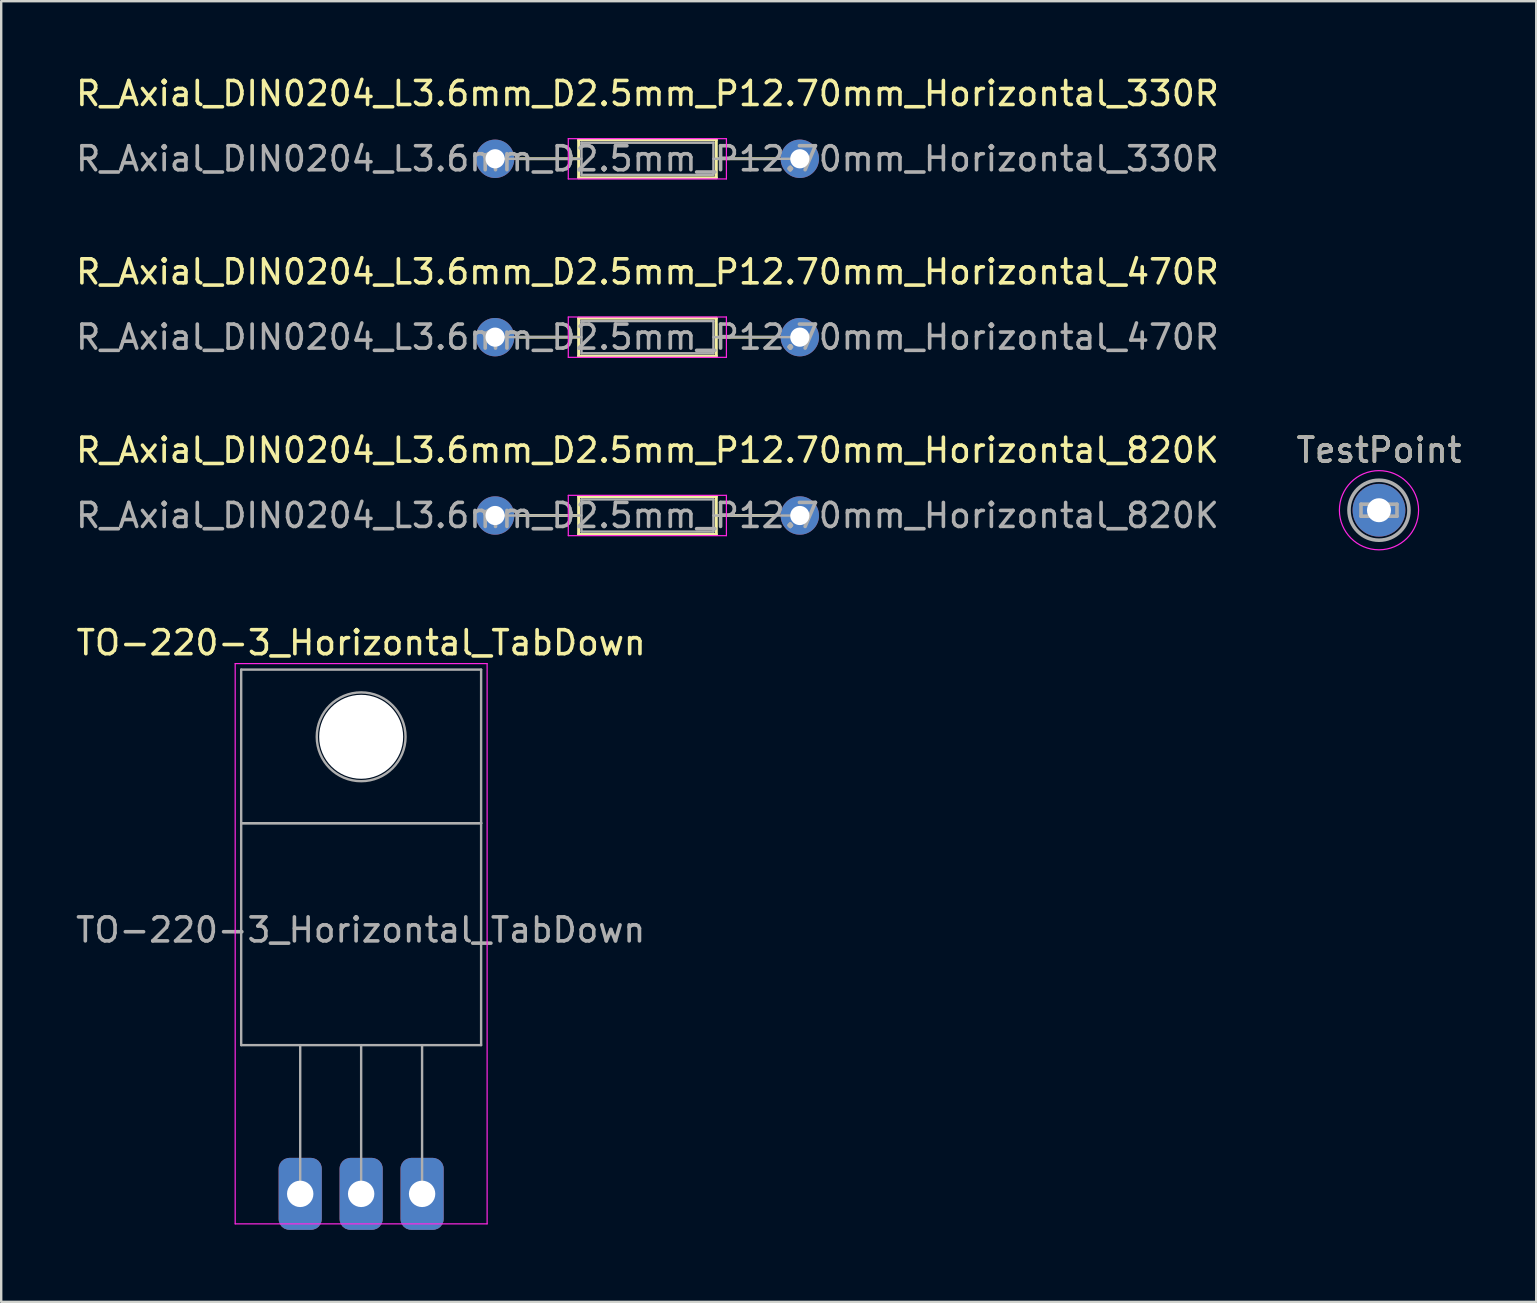
<source format=kicad_pcb>
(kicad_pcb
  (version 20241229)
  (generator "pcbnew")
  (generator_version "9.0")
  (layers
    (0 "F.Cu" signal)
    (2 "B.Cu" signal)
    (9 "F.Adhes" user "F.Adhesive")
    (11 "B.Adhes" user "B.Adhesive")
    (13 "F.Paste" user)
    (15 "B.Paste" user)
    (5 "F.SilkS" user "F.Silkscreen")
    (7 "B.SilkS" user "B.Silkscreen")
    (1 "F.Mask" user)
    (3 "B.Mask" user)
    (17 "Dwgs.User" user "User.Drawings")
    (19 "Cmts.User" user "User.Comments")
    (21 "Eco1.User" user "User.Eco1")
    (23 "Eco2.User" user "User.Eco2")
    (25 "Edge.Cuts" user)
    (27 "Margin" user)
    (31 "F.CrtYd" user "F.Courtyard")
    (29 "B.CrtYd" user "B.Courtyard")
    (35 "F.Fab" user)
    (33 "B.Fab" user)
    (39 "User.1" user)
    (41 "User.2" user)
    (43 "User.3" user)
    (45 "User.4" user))
  (footprint "TO-220-3_Horizontal_TabDown"
    (layer "F.Cu")
    (at 9.462 46.708)
    (property "Reference" "TO-220-3_Horizontal_TabDown" (at 2.54 -22.97 0) (layer "F.SilkS") (effects (font (size 1 1) (thickness 0.15))))
    (attr through_hole)
    (fp_line (start -2.71 -22.1) (end -2.71 1.25) (stroke (width 0.05) (type solid)) (layer "F.CrtYd"))
    (fp_line (start -2.71 1.25) (end 7.79 1.25) (stroke (width 0.05) (type solid)) (layer "F.CrtYd"))
    (fp_line (start 7.79 -22.1) (end -2.71 -22.1) (stroke (width 0.05) (type solid)) (layer "F.CrtYd"))
    (fp_line (start 7.79 1.25) (end 7.79 -22.1) (stroke (width 0.05) (type solid)) (layer "F.CrtYd"))
    (fp_line (start -2.46 -21.85) (end 7.54 -21.85) (stroke (width 0.1) (type solid)) (layer "F.Fab"))
    (fp_line (start -2.46 -15.45) (end -2.46 -21.85) (stroke (width 0.1) (type solid)) (layer "F.Fab"))
    (fp_line (start -2.46 -15.45) (end 7.54 -15.45) (stroke (width 0.1) (type solid)) (layer "F.Fab"))
    (fp_line (start -2.46 -6.2) (end -2.46 -15.45) (stroke (width 0.1) (type solid)) (layer "F.Fab"))
    (fp_line (start 0 -6.2) (end 0 0) (stroke (width 0.1) (type solid)) (layer "F.Fab"))
    (fp_line (start 2.54 -6.2) (end 2.54 0) (stroke (width 0.1) (type solid)) (layer "F.Fab"))
    (fp_line (start 5.08 -6.2) (end 5.08 0) (stroke (width 0.1) (type solid)) (layer "F.Fab"))
    (fp_line (start 7.54 -21.85) (end 7.54 -15.45) (stroke (width 0.1) (type solid)) (layer "F.Fab"))
    (fp_line (start 7.54 -15.45) (end -2.46 -15.45) (stroke (width 0.1) (type solid)) (layer "F.Fab"))
    (fp_line (start 7.54 -15.45) (end 7.54 -6.2) (stroke (width 0.1) (type solid)) (layer "F.Fab"))
    (fp_line (start 7.54 -6.2) (end -2.46 -6.2) (stroke (width 0.1) (type solid)) (layer "F.Fab"))
    (fp_circle (center 2.54 -19.05) (end 4.39 -19.05) (stroke (width 0.1) (type solid)) (fill no) (layer "F.Fab"))
    (fp_text user "${REFERENCE}" (at 2.52 -11 0) (layer "F.Fab") (effects (font (size 1 1) (thickness 0.15))))
    (pad "" np_thru_hole oval (at 2.54 -19.05) (size 3.5 3.5) (drill 3.5) (layers "*.Cu" "*.Mask"))
    (pad "1" thru_hole roundrect (at 0 0) (size 1.8 3) (drill 1.1) (layers "*.Cu" "*.Mask") (roundrect_rratio 0.25))
    (pad "2" thru_hole roundrect (at 2.54 0) (size 1.8 3) (drill 1.1) (layers "*.Cu" "*.Mask") (roundrect_rratio 0.25))
    (pad "3" thru_hole roundrect (at 5.08 0) (size 1.8 3) (drill 1.1) (layers "*.Cu" "*.Mask") (roundrect_rratio 0.25)))
  (footprint "TestPoint"
    (layer "F.Cu")
    (at 54.423 18.215)
    (property "Reference" "TestPoint" (at 0 -2.5 0) (layer "F.SilkS") (effects (font (size 1 1) (thickness 0.15))))
    (attr through_hole)
    (fp_circle (center 0 0) (end 1.65 0) (stroke (width 0.05) (type solid)) (fill no) (layer "F.CrtYd"))
    (fp_line (start -0.75 -0.25) (end 0.75 -0.25) (stroke (width 0.15) (type solid)) (layer "F.Fab"))
    (fp_line (start -0.75 0.25) (end -0.75 -0.25) (stroke (width 0.15) (type solid)) (layer "F.Fab"))
    (fp_line (start 0.75 -0.25) (end 0.75 0.25) (stroke (width 0.15) (type solid)) (layer "F.Fab"))
    (fp_line (start 0.75 0.25) (end -0.75 0.25) (stroke (width 0.15) (type solid)) (layer "F.Fab"))
    (fp_circle (center 0 0) (end 1.25 0) (stroke (width 0.15) (type solid)) (fill no) (layer "F.Fab"))
    (fp_text user "${REFERENCE}" (at 0 -2.5 0) (layer "F.Fab") (effects (font (size 1 1) (thickness 0.15))))
    (pad "1" thru_hole circle (at 0 0) (size 2.2 2.2) (drill 1) (layers "*.Cu" "*.Mask")))
  (footprint "R_Axial_DIN0204_L3.6mm_D2.5mm_P12.70mm_Horizontal_470R"
    (layer "F.Cu")
    (at 17.585 11.002)
    (property "Reference" "R_Axial_DIN0204_L3.6mm_D2.5mm_P12.70mm_Horizontal_470R" (at 6.35 -2.72 0) (layer "F.SilkS") (effects (font (size 1 1) (thickness 0.15))))
    (attr through_hole)
    (fp_line (start 1.04 0) (end 3.48 0) (stroke (width 0.12) (type solid)) (layer "F.SilkS"))
    (fp_line (start 3.48 -0.79) (end 3.48 0.79) (stroke (width 0.12) (type solid)) (layer "F.SilkS"))
    (fp_line (start 3.48 0.79) (end 9.22 0.79) (stroke (width 0.12) (type solid)) (layer "F.SilkS"))
    (fp_line (start 9.22 -0.79) (end 3.48 -0.79) (stroke (width 0.12) (type solid)) (layer "F.SilkS"))
    (fp_line (start 9.22 0.79) (end 9.22 -0.79) (stroke (width 0.12) (type solid)) (layer "F.SilkS"))
    (fp_line (start 11.66 0) (end 9.22 0) (stroke (width 0.12) (type solid)) (layer "F.SilkS"))
    (fp_line (start 3.05 -0.84) (end 3.05 0.84) (stroke (width 0.05) (type solid)) (layer "F.CrtYd"))
    (fp_line (start 3.05 0.84) (end 9.64 0.84) (stroke (width 0.05) (type solid)) (layer "F.CrtYd"))
    (fp_line (start 9.64 -0.84) (end 3.05 -0.84) (stroke (width 0.05) (type solid)) (layer "F.CrtYd"))
    (fp_line (start 9.64 0.84) (end 9.64 -0.84) (stroke (width 0.05) (type solid)) (layer "F.CrtYd"))
    (fp_line (start 0 0) (end 3.6 0) (stroke (width 0.1) (type solid)) (layer "F.Fab"))
    (fp_line (start 3.6 -0.67) (end 3.6 0.67) (stroke (width 0.1) (type solid)) (layer "F.Fab"))
    (fp_line (start 3.6 0.67) (end 9.1 0.67) (stroke (width 0.1) (type solid)) (layer "F.Fab"))
    (fp_line (start 9.1 -0.67) (end 3.6 -0.67) (stroke (width 0.1) (type solid)) (layer "F.Fab"))
    (fp_line (start 9.1 0.67) (end 9.1 -0.67) (stroke (width 0.1) (type solid)) (layer "F.Fab"))
    (fp_line (start 12.7 0) (end 9.1 0) (stroke (width 0.1) (type solid)) (layer "F.Fab"))
    (fp_text user "${REFERENCE}" (at 6.35 0 0) (layer "F.Fab") (effects (font (size 1 1) (thickness 0.15))))
    (pad "1" thru_hole oval (at 0 0) (size 1.6 1.6) (drill 0.8) (layers "*.Cu" "*.Mask"))
    (pad "2" thru_hole oval (at 12.7 0) (size 1.6 1.6) (drill 0.8) (layers "*.Cu" "*.Mask")))
  (footprint "R_Axial_DIN0204_L3.6mm_D2.5mm_P12.70mm_Horizontal_820K"
    (layer "F.Cu")
    (at 17.585 18.435)
    (property "Reference" "R_Axial_DIN0204_L3.6mm_D2.5mm_P12.70mm_Horizontal_820K" (at 6.35 -2.72 0) (layer "F.SilkS") (effects (font (size 1 1) (thickness 0.15))))
    (attr through_hole)
    (fp_line (start 1.04 0) (end 3.48 0) (stroke (width 0.12) (type solid)) (layer "F.SilkS"))
    (fp_line (start 3.48 -0.79) (end 3.48 0.79) (stroke (width 0.12) (type solid)) (layer "F.SilkS"))
    (fp_line (start 3.48 0.79) (end 9.22 0.79) (stroke (width 0.12) (type solid)) (layer "F.SilkS"))
    (fp_line (start 9.22 -0.79) (end 3.48 -0.79) (stroke (width 0.12) (type solid)) (layer "F.SilkS"))
    (fp_line (start 9.22 0.79) (end 9.22 -0.79) (stroke (width 0.12) (type solid)) (layer "F.SilkS"))
    (fp_line (start 11.66 0) (end 9.22 0) (stroke (width 0.12) (type solid)) (layer "F.SilkS"))
    (fp_line (start 3.05 -0.84) (end 3.05 0.84) (stroke (width 0.05) (type solid)) (layer "F.CrtYd"))
    (fp_line (start 3.05 0.84) (end 9.64 0.84) (stroke (width 0.05) (type solid)) (layer "F.CrtYd"))
    (fp_line (start 9.64 -0.84) (end 3.05 -0.84) (stroke (width 0.05) (type solid)) (layer "F.CrtYd"))
    (fp_line (start 9.64 0.84) (end 9.64 -0.84) (stroke (width 0.05) (type solid)) (layer "F.CrtYd"))
    (fp_line (start 0 0) (end 3.6 0) (stroke (width 0.1) (type solid)) (layer "F.Fab"))
    (fp_line (start 3.6 -0.67) (end 3.6 0.67) (stroke (width 0.1) (type solid)) (layer "F.Fab"))
    (fp_line (start 3.6 0.67) (end 9.1 0.67) (stroke (width 0.1) (type solid)) (layer "F.Fab"))
    (fp_line (start 9.1 -0.67) (end 3.6 -0.67) (stroke (width 0.1) (type solid)) (layer "F.Fab"))
    (fp_line (start 9.1 0.67) (end 9.1 -0.67) (stroke (width 0.1) (type solid)) (layer "F.Fab"))
    (fp_line (start 12.7 0) (end 9.1 0) (stroke (width 0.1) (type solid)) (layer "F.Fab"))
    (fp_text user "${REFERENCE}" (at 6.35 0 0) (layer "F.Fab") (effects (font (size 1 1) (thickness 0.15))))
    (pad "1" thru_hole oval (at 0 0) (size 1.6 1.6) (drill 0.8) (layers "*.Cu" "*.Mask"))
    (pad "2" thru_hole oval (at 12.7 0) (size 1.6 1.6) (drill 0.8) (layers "*.Cu" "*.Mask")))
  (footprint "R_Axial_DIN0204_L3.6mm_D2.5mm_P12.70mm_Horizontal_330R"
    (layer "F.Cu")
    (at 17.585 3.568)
    (property "Reference" "R_Axial_DIN0204_L3.6mm_D2.5mm_P12.70mm_Horizontal_330R" (at 6.35 -2.72 0) (layer "F.SilkS") (effects (font (size 1 1) (thickness 0.15))))
    (attr through_hole)
    (fp_line (start 1.04 0) (end 3.48 0) (stroke (width 0.12) (type solid)) (layer "F.SilkS"))
    (fp_line (start 3.48 -0.79) (end 3.48 0.79) (stroke (width 0.12) (type solid)) (layer "F.SilkS"))
    (fp_line (start 3.48 0.79) (end 9.22 0.79) (stroke (width 0.12) (type solid)) (layer "F.SilkS"))
    (fp_line (start 9.22 -0.79) (end 3.48 -0.79) (stroke (width 0.12) (type solid)) (layer "F.SilkS"))
    (fp_line (start 9.22 0.79) (end 9.22 -0.79) (stroke (width 0.12) (type solid)) (layer "F.SilkS"))
    (fp_line (start 11.66 0) (end 9.22 0) (stroke (width 0.12) (type solid)) (layer "F.SilkS"))
    (fp_line (start 3.05 -0.84) (end 3.05 0.84) (stroke (width 0.05) (type solid)) (layer "F.CrtYd"))
    (fp_line (start 3.05 0.84) (end 9.64 0.84) (stroke (width 0.05) (type solid)) (layer "F.CrtYd"))
    (fp_line (start 9.64 -0.84) (end 3.05 -0.84) (stroke (width 0.05) (type solid)) (layer "F.CrtYd"))
    (fp_line (start 9.64 0.84) (end 9.64 -0.84) (stroke (width 0.05) (type solid)) (layer "F.CrtYd"))
    (fp_line (start 0 0) (end 3.6 0) (stroke (width 0.1) (type solid)) (layer "F.Fab"))
    (fp_line (start 3.6 -0.67) (end 3.6 0.67) (stroke (width 0.1) (type solid)) (layer "F.Fab"))
    (fp_line (start 3.6 0.67) (end 9.1 0.67) (stroke (width 0.1) (type solid)) (layer "F.Fab"))
    (fp_line (start 9.1 -0.67) (end 3.6 -0.67) (stroke (width 0.1) (type solid)) (layer "F.Fab"))
    (fp_line (start 9.1 0.67) (end 9.1 -0.67) (stroke (width 0.1) (type solid)) (layer "F.Fab"))
    (fp_line (start 12.7 0) (end 9.1 0) (stroke (width 0.1) (type solid)) (layer "F.Fab"))
    (fp_text user "${REFERENCE}" (at 6.35 0 0) (layer "F.Fab") (effects (font (size 1 1) (thickness 0.15))))
    (pad "1" thru_hole oval (at 0 0) (size 1.6 1.6) (drill 0.8) (layers "*.Cu" "*.Mask"))
    (pad "2" thru_hole oval (at 12.7 0) (size 1.6 1.6) (drill 0.8) (layers "*.Cu" "*.Mask")))
  (gr_rect
    (start -3 -3)
    (end 60.976 51.208)
    (stroke (width 0.1) (type default))
    (fill no)
    (layer "Edge.Cuts")))
</source>
